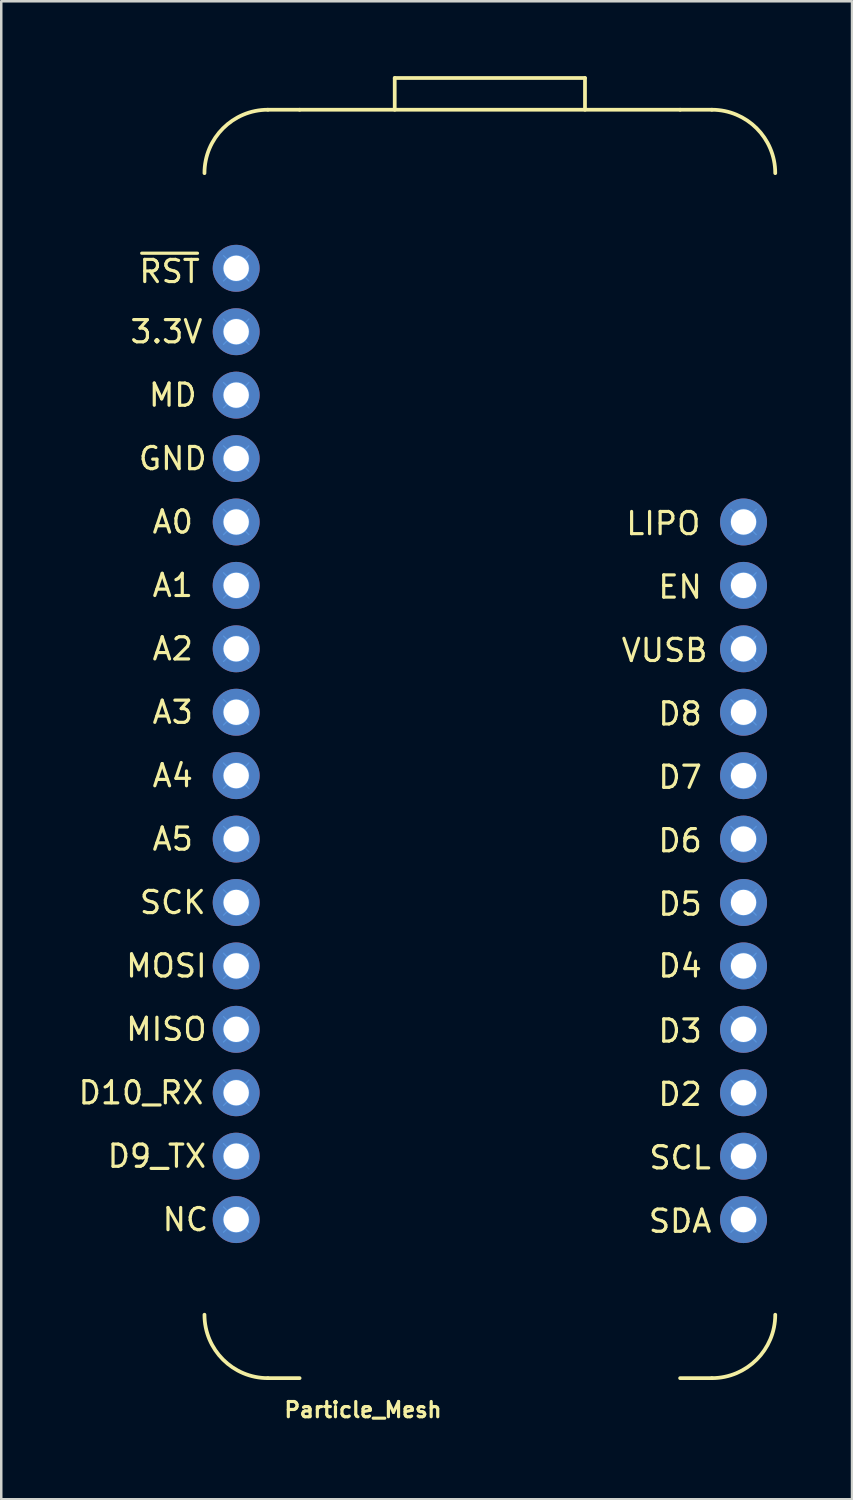
<source format=kicad_pcb>
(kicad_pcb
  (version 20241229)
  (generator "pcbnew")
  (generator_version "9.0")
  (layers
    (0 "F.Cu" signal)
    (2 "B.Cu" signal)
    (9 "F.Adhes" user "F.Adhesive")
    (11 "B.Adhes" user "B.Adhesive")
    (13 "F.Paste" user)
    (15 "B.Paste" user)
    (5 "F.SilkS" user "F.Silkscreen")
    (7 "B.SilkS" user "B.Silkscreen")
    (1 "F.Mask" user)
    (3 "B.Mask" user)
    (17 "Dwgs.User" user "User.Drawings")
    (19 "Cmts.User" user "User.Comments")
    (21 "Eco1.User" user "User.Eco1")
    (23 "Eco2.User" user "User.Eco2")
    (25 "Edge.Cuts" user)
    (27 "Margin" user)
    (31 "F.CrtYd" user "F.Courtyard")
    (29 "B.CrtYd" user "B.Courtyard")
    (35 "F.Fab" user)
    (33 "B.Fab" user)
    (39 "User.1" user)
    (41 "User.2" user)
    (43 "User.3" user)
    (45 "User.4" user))
  (footprint "Particle_Mesh"
    (layer "F.Cu")
    (at 5.139 52.145)
    (property "Reference" "Particle_Mesh" (at 6.35 1.27 0) (layer "F.SilkS") (effects (font (size 0.61 0.61) (thickness 0.127))))
    (attr exclude_from_pos_files exclude_from_bom)
    (fp_line (start 2.54 -50.8) (end 3.81 -50.8) (stroke (width 0.15) (type solid)) (layer "F.SilkS"))
    (fp_line (start 2.54 0) (end 3.81 0) (stroke (width 0.15) (type solid)) (layer "F.SilkS"))
    (fp_line (start 7.62 -52.07) (end 15.24 -52.07) (stroke (width 0.15) (type solid)) (layer "F.SilkS"))
    (fp_line (start 7.62 -50.8) (end 7.62 -52.07) (stroke (width 0.15) (type solid)) (layer "F.SilkS"))
    (fp_line (start 15.24 -52.07) (end 15.24 -50.8) (stroke (width 0.15) (type solid)) (layer "F.SilkS"))
    (fp_line (start 19.05 -50.8) (end 3.81 -50.8) (stroke (width 0.15) (type solid)) (layer "F.SilkS"))
    (fp_line (start 19.05 -50.8) (end 20.32 -50.8) (stroke (width 0.15) (type solid)) (layer "F.SilkS"))
    (fp_line (start 19.05 0) (end 20.32 0) (stroke (width 0.15) (type solid)) (layer "F.SilkS"))
    (fp_arc (start 0 -48.26) (mid 0.743949 -50.056051) (end 2.54 -50.8) (stroke (width 0.15) (type solid)) (layer "F.SilkS"))
    (fp_arc (start 2.54 0) (mid 0.743949 -0.743949) (end 0 -2.54) (stroke (width 0.15) (type solid)) (layer "F.SilkS"))
    (fp_arc (start 20.32 -50.8) (mid 22.116051 -50.056051) (end 22.86 -48.26) (stroke (width 0.15) (type solid)) (layer "F.SilkS"))
    (fp_arc (start 22.86 -2.54) (mid 22.116051 -0.743949) (end 20.32 0) (stroke (width 0.15) (type solid)) (layer "F.SilkS"))
    (fp_line (start 0.762 -44.958) (end 1.778 -43.942) (stroke (width 0.05) (type solid)) (layer "Cmts.User"))
    (fp_line (start 0.762 -42.418) (end 1.778 -41.402) (stroke (width 0.05) (type solid)) (layer "Cmts.User"))
    (fp_line (start 0.762 -39.878) (end 1.778 -38.862) (stroke (width 0.05) (type solid)) (layer "Cmts.User"))
    (fp_line (start 0.762 -37.338) (end 1.778 -36.322) (stroke (width 0.05) (type solid)) (layer "Cmts.User"))
    (fp_line (start 0.762 -34.798) (end 1.778 -33.782) (stroke (width 0.05) (type solid)) (layer "Cmts.User"))
    (fp_line (start 0.762 -32.258) (end 1.778 -31.242) (stroke (width 0.05) (type solid)) (layer "Cmts.User"))
    (fp_line (start 0.762 -29.718) (end 1.778 -28.702) (stroke (width 0.05) (type solid)) (layer "Cmts.User"))
    (fp_line (start 0.762 -27.178) (end 1.778 -26.162) (stroke (width 0.05) (type solid)) (layer "Cmts.User"))
    (fp_line (start 0.762 -24.638) (end 1.778 -23.622) (stroke (width 0.05) (type solid)) (layer "Cmts.User"))
    (fp_line (start 0.762 -22.098) (end 1.778 -21.082) (stroke (width 0.05) (type solid)) (layer "Cmts.User"))
    (fp_line (start 0.762 -19.558) (end 1.778 -18.542) (stroke (width 0.05) (type solid)) (layer "Cmts.User"))
    (fp_line (start 0.762 -17.018) (end 1.778 -16.002) (stroke (width 0.05) (type solid)) (layer "Cmts.User"))
    (fp_line (start 0.762 -14.478) (end 1.778 -13.462) (stroke (width 0.05) (type solid)) (layer "Cmts.User"))
    (fp_line (start 0.762 -11.938) (end 1.778 -10.922) (stroke (width 0.05) (type solid)) (layer "Cmts.User"))
    (fp_line (start 0.762 -9.398) (end 1.778 -8.382) (stroke (width 0.05) (type solid)) (layer "Cmts.User"))
    (fp_line (start 0.762 -6.858) (end 1.778 -5.842) (stroke (width 0.05) (type solid)) (layer "Cmts.User"))
    (fp_line (start 1.778 -44.958) (end 0.762 -43.942) (stroke (width 0.05) (type solid)) (layer "Cmts.User"))
    (fp_line (start 1.778 -42.418) (end 0.762 -41.402) (stroke (width 0.05) (type solid)) (layer "Cmts.User"))
    (fp_line (start 1.778 -39.878) (end 0.762 -38.862) (stroke (width 0.05) (type solid)) (layer "Cmts.User"))
    (fp_line (start 1.778 -37.338) (end 0.762 -36.322) (stroke (width 0.05) (type solid)) (layer "Cmts.User"))
    (fp_line (start 1.778 -34.798) (end 0.762 -33.782) (stroke (width 0.05) (type solid)) (layer "Cmts.User"))
    (fp_line (start 1.778 -32.258) (end 0.762 -31.242) (stroke (width 0.05) (type solid)) (layer "Cmts.User"))
    (fp_line (start 1.778 -29.718) (end 0.762 -28.702) (stroke (width 0.05) (type solid)) (layer "Cmts.User"))
    (fp_line (start 1.778 -27.178) (end 0.762 -26.162) (stroke (width 0.05) (type solid)) (layer "Cmts.User"))
    (fp_line (start 1.778 -24.638) (end 0.762 -23.622) (stroke (width 0.05) (type solid)) (layer "Cmts.User"))
    (fp_line (start 1.778 -22.098) (end 0.762 -21.082) (stroke (width 0.05) (type solid)) (layer "Cmts.User"))
    (fp_line (start 1.778 -19.558) (end 0.762 -18.542) (stroke (width 0.05) (type solid)) (layer "Cmts.User"))
    (fp_line (start 1.778 -17.018) (end 0.762 -16.002) (stroke (width 0.05) (type solid)) (layer "Cmts.User"))
    (fp_line (start 1.778 -14.478) (end 0.762 -13.462) (stroke (width 0.05) (type solid)) (layer "Cmts.User"))
    (fp_line (start 1.778 -11.938) (end 0.762 -10.922) (stroke (width 0.05) (type solid)) (layer "Cmts.User"))
    (fp_line (start 1.778 -9.398) (end 0.762 -8.382) (stroke (width 0.05) (type solid)) (layer "Cmts.User"))
    (fp_line (start 1.778 -6.858) (end 0.762 -5.842) (stroke (width 0.05) (type solid)) (layer "Cmts.User"))
    (fp_line (start 21.082 -34.798) (end 22.098 -33.782) (stroke (width 0.05) (type solid)) (layer "Cmts.User"))
    (fp_line (start 21.082 -32.258) (end 22.098 -31.242) (stroke (width 0.05) (type solid)) (layer "Cmts.User"))
    (fp_line (start 21.082 -29.718) (end 22.098 -28.702) (stroke (width 0.05) (type solid)) (layer "Cmts.User"))
    (fp_line (start 21.082 -27.178) (end 22.098 -26.162) (stroke (width 0.05) (type solid)) (layer "Cmts.User"))
    (fp_line (start 21.082 -24.638) (end 22.098 -23.622) (stroke (width 0.05) (type solid)) (layer "Cmts.User"))
    (fp_line (start 21.082 -22.098) (end 22.098 -21.082) (stroke (width 0.05) (type solid)) (layer "Cmts.User"))
    (fp_line (start 21.082 -19.558) (end 22.098 -18.542) (stroke (width 0.05) (type solid)) (layer "Cmts.User"))
    (fp_line (start 21.082 -17.018) (end 22.098 -16.002) (stroke (width 0.05) (type solid)) (layer "Cmts.User"))
    (fp_line (start 21.082 -14.478) (end 22.098 -13.462) (stroke (width 0.05) (type solid)) (layer "Cmts.User"))
    (fp_line (start 21.082 -11.938) (end 22.098 -10.922) (stroke (width 0.05) (type solid)) (layer "Cmts.User"))
    (fp_line (start 21.082 -9.398) (end 22.098 -8.382) (stroke (width 0.05) (type solid)) (layer "Cmts.User"))
    (fp_line (start 21.082 -6.858) (end 22.098 -5.842) (stroke (width 0.05) (type solid)) (layer "Cmts.User"))
    (fp_line (start 22.098 -34.798) (end 21.082 -33.782) (stroke (width 0.05) (type solid)) (layer "Cmts.User"))
    (fp_line (start 22.098 -32.258) (end 21.082 -31.242) (stroke (width 0.05) (type solid)) (layer "Cmts.User"))
    (fp_line (start 22.098 -29.718) (end 21.082 -28.702) (stroke (width 0.05) (type solid)) (layer "Cmts.User"))
    (fp_line (start 22.098 -27.178) (end 21.082 -26.162) (stroke (width 0.05) (type solid)) (layer "Cmts.User"))
    (fp_line (start 22.098 -24.638) (end 21.082 -23.622) (stroke (width 0.05) (type solid)) (layer "Cmts.User"))
    (fp_line (start 22.098 -22.098) (end 21.082 -21.082) (stroke (width 0.05) (type solid)) (layer "Cmts.User"))
    (fp_line (start 22.098 -19.558) (end 21.082 -18.542) (stroke (width 0.05) (type solid)) (layer "Cmts.User"))
    (fp_line (start 22.098 -17.018) (end 21.082 -16.002) (stroke (width 0.05) (type solid)) (layer "Cmts.User"))
    (fp_line (start 22.098 -14.478) (end 21.082 -13.462) (stroke (width 0.05) (type solid)) (layer "Cmts.User"))
    (fp_line (start 22.098 -11.938) (end 21.082 -10.922) (stroke (width 0.05) (type solid)) (layer "Cmts.User"))
    (fp_line (start 22.098 -9.398) (end 21.082 -8.382) (stroke (width 0.05) (type solid)) (layer "Cmts.User"))
    (fp_line (start 22.098 -6.858) (end 21.082 -5.842) (stroke (width 0.05) (type solid)) (layer "Cmts.User"))
    (fp_circle (center 1.27 -44.45) (end 1.27 -43.942) (stroke (width 0.05) (type solid)) (fill no) (layer "Cmts.User"))
    (fp_circle (center 1.27 -41.91) (end 1.27 -41.402) (stroke (width 0.05) (type solid)) (fill no) (layer "Cmts.User"))
    (fp_circle (center 1.27 -39.37) (end 1.27 -38.862) (stroke (width 0.05) (type solid)) (fill no) (layer "Cmts.User"))
    (fp_circle (center 1.27 -36.83) (end 1.27 -36.322) (stroke (width 0.05) (type solid)) (fill no) (layer "Cmts.User"))
    (fp_circle (center 1.27 -34.29) (end 1.27 -33.782) (stroke (width 0.05) (type solid)) (fill no) (layer "Cmts.User"))
    (fp_circle (center 1.27 -31.75) (end 1.27 -31.242) (stroke (width 0.05) (type solid)) (fill no) (layer "Cmts.User"))
    (fp_circle (center 1.27 -29.21) (end 1.27 -28.702) (stroke (width 0.05) (type solid)) (fill no) (layer "Cmts.User"))
    (fp_circle (center 1.27 -26.67) (end 1.27 -26.162) (stroke (width 0.05) (type solid)) (fill no) (layer "Cmts.User"))
    (fp_circle (center 1.27 -24.13) (end 1.27 -23.622) (stroke (width 0.05) (type solid)) (fill no) (layer "Cmts.User"))
    (fp_circle (center 1.27 -21.59) (end 1.27 -21.082) (stroke (width 0.05) (type solid)) (fill no) (layer "Cmts.User"))
    (fp_circle (center 1.27 -19.05) (end 1.27 -18.542) (stroke (width 0.05) (type solid)) (fill no) (layer "Cmts.User"))
    (fp_circle (center 1.27 -16.51) (end 1.27 -16.002) (stroke (width 0.05) (type solid)) (fill no) (layer "Cmts.User"))
    (fp_circle (center 1.27 -13.97) (end 1.27 -13.462) (stroke (width 0.05) (type solid)) (fill no) (layer "Cmts.User"))
    (fp_circle (center 1.27 -11.43) (end 1.27 -10.922) (stroke (width 0.05) (type solid)) (fill no) (layer "Cmts.User"))
    (fp_circle (center 1.27 -8.89) (end 1.27 -8.382) (stroke (width 0.05) (type solid)) (fill no) (layer "Cmts.User"))
    (fp_circle (center 1.27 -6.35) (end 1.27 -5.842) (stroke (width 0.05) (type solid)) (fill no) (layer "Cmts.User"))
    (fp_circle (center 21.59 -34.29) (end 21.59 -33.782) (stroke (width 0.05) (type solid)) (fill no) (layer "Cmts.User"))
    (fp_circle (center 21.59 -31.75) (end 21.59 -31.242) (stroke (width 0.05) (type solid)) (fill no) (layer "Cmts.User"))
    (fp_circle (center 21.59 -29.21) (end 21.59 -28.702) (stroke (width 0.05) (type solid)) (fill no) (layer "Cmts.User"))
    (fp_circle (center 21.59 -26.67) (end 21.59 -26.162) (stroke (width 0.05) (type solid)) (fill no) (layer "Cmts.User"))
    (fp_circle (center 21.59 -24.13) (end 21.59 -23.622) (stroke (width 0.05) (type solid)) (fill no) (layer "Cmts.User"))
    (fp_circle (center 21.59 -21.59) (end 21.59 -21.082) (stroke (width 0.05) (type solid)) (fill no) (layer "Cmts.User"))
    (fp_circle (center 21.59 -19.05) (end 21.59 -18.542) (stroke (width 0.05) (type solid)) (fill no) (layer "Cmts.User"))
    (fp_circle (center 21.59 -16.51) (end 21.59 -16.002) (stroke (width 0.05) (type solid)) (fill no) (layer "Cmts.User"))
    (fp_circle (center 21.59 -13.97) (end 21.59 -13.462) (stroke (width 0.05) (type solid)) (fill no) (layer "Cmts.User"))
    (fp_circle (center 21.59 -11.43) (end 21.59 -10.922) (stroke (width 0.05) (type solid)) (fill no) (layer "Cmts.User"))
    (fp_circle (center 21.59 -8.89) (end 21.59 -8.382) (stroke (width 0.05) (type solid)) (fill no) (layer "Cmts.User"))
    (fp_circle (center 21.59 -6.35) (end 21.59 -5.842) (stroke (width 0.05) (type solid)) (fill no) (layer "Cmts.User"))
    (fp_text user "SCK" (at -1.27 -19.05 0) (layer "F.SilkS") (effects (font (size 0.889 0.889) (thickness 0.127))))
    (fp_text user "NC" (at -0.762 -6.35 0) (layer "F.SilkS") (effects (font (size 0.889 0.889) (thickness 0.127))))
    (fp_text user "A4" (at -1.27 -24.13 0) (layer "F.SilkS") (effects (font (size 0.889 0.889) (thickness 0.127))))
    (fp_text user "3.3V" (at -1.524 -41.91 0) (layer "F.SilkS") (effects (font (size 0.889 0.889) (thickness 0.127))))
    (fp_text user "D9_TX" (at -1.905 -8.89 0) (layer "F.SilkS") (effects (font (size 0.889 0.889) (thickness 0.127))))
    (fp_text user "MOSI" (at -1.524 -16.51 0) (layer "F.SilkS") (effects (font (size 0.889 0.889) (thickness 0.127))))
    (fp_text user "D10_RX" (at -2.54 -11.43 0) (layer "F.SilkS") (effects (font (size 0.889 0.889) (thickness 0.127))))
    (fp_text user "D6" (at 19.05 -21.526 0) (layer "F.SilkS") (effects (font (size 0.889 0.889) (thickness 0.127))))
    (fp_text user "D8" (at 19.05 -26.604 0) (layer "F.SilkS") (effects (font (size 0.889 0.889) (thickness 0.127))))
    (fp_text user "A5" (at -1.27 -21.59 0) (layer "F.SilkS") (effects (font (size 0.889 0.889) (thickness 0.127))))
    (fp_text user "VUSB" (at 18.428 -29.146 0) (layer "F.SilkS") (effects (font (size 0.889 0.889) (thickness 0.127))))
    (fp_text user "D7" (at 19.05 -24.067 0) (layer "F.SilkS") (effects (font (size 0.889 0.889) (thickness 0.127))))
    (fp_text user "A0" (at -1.27 -34.29 0) (layer "F.SilkS") (effects (font (size 0.889 0.889) (thickness 0.127))))
    (fp_text user "~{RST}" (at -1.397 -44.323 0) (layer "F.SilkS") (effects (font (size 0.889 0.889) (thickness 0.127))))
    (fp_text user "LIPO" (at 18.377 -34.227 0) (layer "F.SilkS") (effects (font (size 0.889 0.889) (thickness 0.127))))
    (fp_text user "GND" (at -1.27 -36.83 0) (layer "F.SilkS") (effects (font (size 0.889 0.889) (thickness 0.127))))
    (fp_text user "EN" (at 19.05 -31.686 0) (layer "F.SilkS") (effects (font (size 0.889 0.889) (thickness 0.127))))
    (fp_text user "MD" (at -1.27 -39.37 0) (layer "F.SilkS") (effects (font (size 0.889 0.889) (thickness 0.127))))
    (fp_text user "D2" (at 19.05 -11.367 0) (layer "F.SilkS") (effects (font (size 0.889 0.889) (thickness 0.127))))
    (fp_text user "D4" (at 19.05 -16.51 0) (layer "F.SilkS") (effects (font (size 0.889 0.889) (thickness 0.127))))
    (fp_text user "A2" (at -1.27 -29.21 0) (layer "F.SilkS") (effects (font (size 0.889 0.889) (thickness 0.127))))
    (fp_text user "MISO" (at -1.524 -13.97 0) (layer "F.SilkS") (effects (font (size 0.889 0.889) (thickness 0.127))))
    (fp_text user "D3" (at 19.05 -13.904 0) (layer "F.SilkS") (effects (font (size 0.889 0.889) (thickness 0.127))))
    (fp_text user "SDA" (at 19.05 -6.287 0) (layer "F.SilkS") (effects (font (size 0.889 0.889) (thickness 0.127))))
    (fp_text user "SCL" (at 19.05 -8.826 0) (layer "F.SilkS") (effects (font (size 0.889 0.889) (thickness 0.127))))
    (fp_text user "A3" (at -1.27 -26.67 0) (layer "F.SilkS") (effects (font (size 0.889 0.889) (thickness 0.127))))
    (fp_text user "A1" (at -1.27 -31.75 0) (layer "F.SilkS") (effects (font (size 0.889 0.889) (thickness 0.127))))
    (fp_text user "D5" (at 19.05 -18.986 0) (layer "F.SilkS") (effects (font (size 0.889 0.889) (thickness 0.127))))
    (pad "1" thru_hole circle (at 1.27 -44.45) (size 1.88 1.88) (drill 1.016) (layers "*.Cu" "*.Mask"))
    (pad "2" thru_hole circle (at 1.27 -41.91) (size 1.88 1.88) (drill 1.016) (layers "*.Cu" "*.Mask"))
    (pad "3" thru_hole circle (at 1.27 -39.37) (size 1.88 1.88) (drill 1.016) (layers "*.Cu" "*.Mask"))
    (pad "4" thru_hole circle (at 1.27 -36.83) (size 1.88 1.88) (drill 1.016) (layers "*.Cu" "*.Mask"))
    (pad "5" thru_hole circle (at 1.27 -34.29) (size 1.88 1.88) (drill 1.016) (layers "*.Cu" "*.Mask"))
    (pad "6" thru_hole circle (at 1.27 -31.75) (size 1.88 1.88) (drill 1.016) (layers "*.Cu" "*.Mask"))
    (pad "7" thru_hole circle (at 1.27 -29.21) (size 1.88 1.88) (drill 1.016) (layers "*.Cu" "*.Mask"))
    (pad "8" thru_hole circle (at 1.27 -26.67) (size 1.88 1.88) (drill 1.016) (layers "*.Cu" "*.Mask"))
    (pad "9" thru_hole circle (at 1.27 -24.13) (size 1.88 1.88) (drill 1.016) (layers "*.Cu" "*.Mask"))
    (pad "10" thru_hole circle (at 1.27 -21.59) (size 1.88 1.88) (drill 1.016) (layers "*.Cu" "*.Mask"))
    (pad "11" thru_hole circle (at 1.27 -19.05 90) (size 1.88 1.88) (drill 1.016) (layers "*.Cu" "*.Mask"))
    (pad "12" thru_hole circle (at 1.27 -16.51) (size 1.88 1.88) (drill 1.016) (layers "*.Cu" "*.Mask"))
    (pad "13" thru_hole circle (at 1.27 -13.97) (size 1.88 1.88) (drill 1.016) (layers "*.Cu" "*.Mask"))
    (pad "14" thru_hole circle (at 1.27 -11.43) (size 1.88 1.88) (drill 1.016) (layers "*.Cu" "*.Mask"))
    (pad "15" thru_hole circle (at 1.27 -8.89) (size 1.88 1.88) (drill 1.016) (layers "*.Cu" "*.Mask"))
    (pad "16" thru_hole circle (at 1.27 -6.35) (size 1.88 1.88) (drill 1.016) (layers "*.Cu" "*.Mask"))
    (pad "17" thru_hole circle (at 21.59 -6.35) (size 1.88 1.88) (drill 1.016) (layers "*.Cu" "*.Mask"))
    (pad "18" thru_hole circle (at 21.59 -8.89) (size 1.88 1.88) (drill 1.016) (layers "*.Cu" "*.Mask"))
    (pad "19" thru_hole circle (at 21.59 -11.43) (size 1.88 1.88) (drill 1.016) (layers "*.Cu" "*.Mask"))
    (pad "20" thru_hole circle (at 21.59 -13.97) (size 1.88 1.88) (drill 1.016) (layers "*.Cu" "*.Mask"))
    (pad "21" thru_hole circle (at 21.59 -16.51) (size 1.88 1.88) (drill 1.016) (layers "*.Cu" "*.Mask"))
    (pad "22" thru_hole circle (at 21.59 -19.05) (size 1.88 1.88) (drill 1.016) (layers "*.Cu" "*.Mask"))
    (pad "23" thru_hole circle (at 21.59 -21.59) (size 1.88 1.88) (drill 1.016) (layers "*.Cu" "*.Mask"))
    (pad "24" thru_hole circle (at 21.59 -24.13) (size 1.88 1.88) (drill 1.016) (layers "*.Cu" "*.Mask"))
    (pad "25" thru_hole circle (at 21.59 -26.67) (size 1.88 1.88) (drill 1.016) (layers "*.Cu" "*.Mask"))
    (pad "26" thru_hole circle (at 21.59 -29.21) (size 1.88 1.88) (drill 1.016) (layers "*.Cu" "*.Mask"))
    (pad "27" thru_hole circle (at 21.59 -31.75) (size 1.88 1.88) (drill 1.016) (layers "*.Cu" "*.Mask"))
    (pad "28" thru_hole circle (at 21.59 -34.29) (size 1.88 1.88) (drill 1.016) (layers "*.Cu" "*.Mask")))
  (gr_rect
    (start -3 -3)
    (end 31.074 56.995)
    (stroke (width 0.1) (type default))
    (fill no)
    (layer "Edge.Cuts")))
</source>
